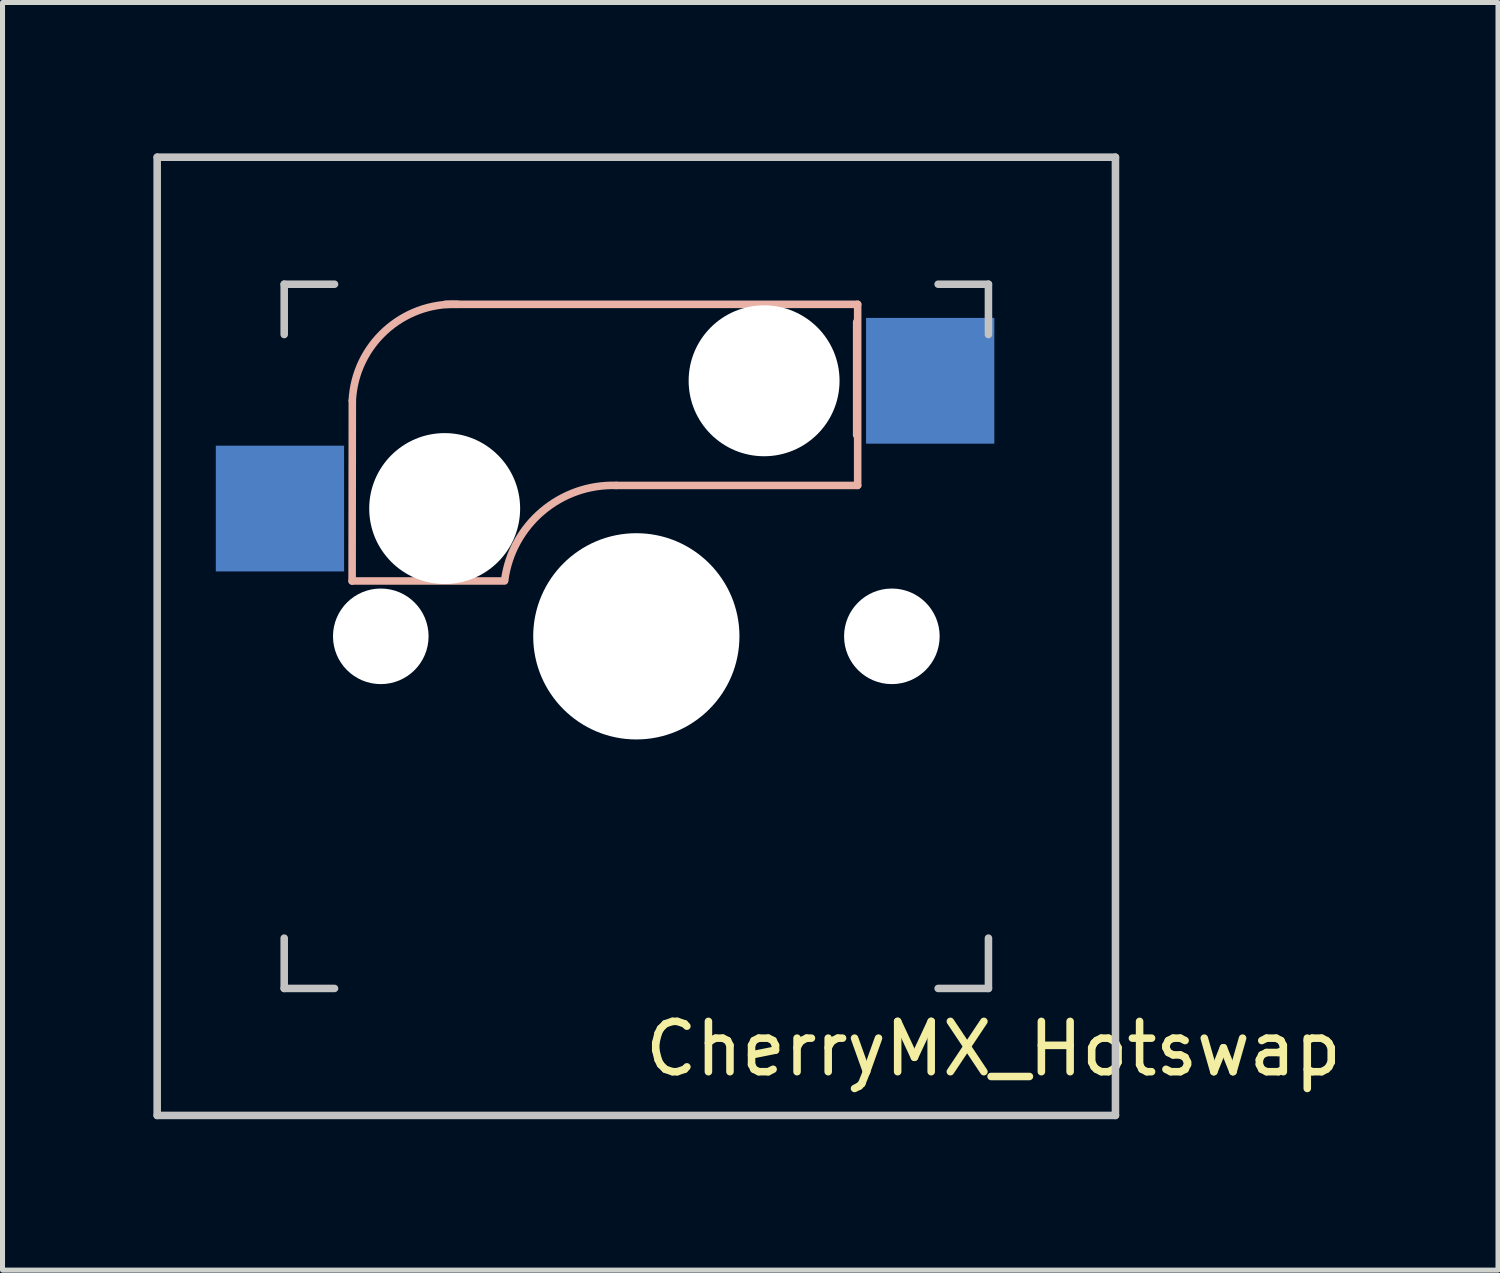
<source format=kicad_pcb>
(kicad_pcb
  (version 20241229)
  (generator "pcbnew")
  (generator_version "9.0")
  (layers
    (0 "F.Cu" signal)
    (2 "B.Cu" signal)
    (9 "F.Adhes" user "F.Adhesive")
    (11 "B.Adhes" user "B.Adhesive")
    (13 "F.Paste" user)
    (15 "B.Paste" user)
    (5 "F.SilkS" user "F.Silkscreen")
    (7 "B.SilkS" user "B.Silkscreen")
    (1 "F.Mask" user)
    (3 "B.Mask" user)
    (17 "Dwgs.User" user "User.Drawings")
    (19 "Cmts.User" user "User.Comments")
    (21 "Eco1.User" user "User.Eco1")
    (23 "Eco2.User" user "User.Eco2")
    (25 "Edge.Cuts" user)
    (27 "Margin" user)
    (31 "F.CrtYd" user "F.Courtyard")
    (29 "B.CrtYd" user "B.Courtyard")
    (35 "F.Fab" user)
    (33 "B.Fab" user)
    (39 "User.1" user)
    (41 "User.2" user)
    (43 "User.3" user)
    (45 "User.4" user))
  (footprint "CherryMX_Hotswap"
    (layer "F.Cu")
    (at 9.6 9.6)
    (property "Reference" "CherryMX_Hotswap" (at 7.1 8.2 0) (layer "F.SilkS") (effects (font (size 1 1) (thickness 0.15))))
    (attr through_hole)
    (fp_line (start -5.65 -1.1) (end -2.62 -1.1) (stroke (width 0.15) (type solid)) (layer "B.SilkS"))
    (fp_line (start -5.646 -4.685) (end -5.65 -1.1) (stroke (width 0.15) (type solid)) (layer "B.SilkS"))
    (fp_line (start -0.4 -3) (end 4.4 -3) (stroke (width 0.15) (type solid)) (layer "B.SilkS"))
    (fp_line (start 4.38 -4) (end 4.38 -6.25) (stroke (width 0.15) (type solid)) (layer "B.SilkS"))
    (fp_line (start 4.4 -6.6) (end -3.8 -6.6) (stroke (width 0.15) (type solid)) (layer "B.SilkS"))
    (fp_line (start 4.4 -3) (end 4.4 -6.6) (stroke (width 0.15) (type solid)) (layer "B.SilkS"))
    (fp_arc (start -5.646496 -4.685075) (mid -4.990875 -6.075032) (end -3.546497 -6.6) (stroke (width 0.15) (type solid)) (layer "B.SilkS"))
    (fp_arc (start -2.616318 -1.121471) (mid -1.868709 -2.486118) (end -0.4 -3) (stroke (width 0.15) (type solid)) (layer "B.SilkS"))
    (fp_line (start -9.525 -9.525) (end 9.525 -9.525) (stroke (width 0.15) (type solid)) (layer "Dwgs.User"))
    (fp_line (start -9.525 9.525) (end -9.525 -9.525) (stroke (width 0.15) (type solid)) (layer "Dwgs.User"))
    (fp_line (start -7 -7) (end -6 -7) (stroke (width 0.15) (type solid)) (layer "Dwgs.User"))
    (fp_line (start -7 -6) (end -7 -7) (stroke (width 0.15) (type solid)) (layer "Dwgs.User"))
    (fp_line (start -7 6) (end -7 7) (stroke (width 0.15) (type solid)) (layer "Dwgs.User"))
    (fp_line (start -7 7) (end -6 7) (stroke (width 0.15) (type solid)) (layer "Dwgs.User"))
    (fp_line (start 6 7) (end 7 7) (stroke (width 0.15) (type solid)) (layer "Dwgs.User"))
    (fp_line (start 7 -7) (end 6 -7) (stroke (width 0.15) (type solid)) (layer "Dwgs.User"))
    (fp_line (start 7 -7) (end 7 -6) (stroke (width 0.15) (type solid)) (layer "Dwgs.User"))
    (fp_line (start 7 7) (end 7 6) (stroke (width 0.15) (type solid)) (layer "Dwgs.User"))
    (fp_line (start 9.525 -9.525) (end 9.525 9.525) (stroke (width 0.15) (type solid)) (layer "Dwgs.User"))
    (fp_line (start 9.525 9.525) (end -9.525 9.525) (stroke (width 0.15) (type solid)) (layer "Dwgs.User"))
    (pad "" np_thru_hole circle (at -5.08 0) (size 1.9 1.9) (drill 1.9) (layers "*.Cu" "*.Mask"))
    (pad "" np_thru_hole circle (at -3.81 -2.54) (size 3 3) (drill 3) (layers "*.Cu" "*.Mask"))
    (pad "" np_thru_hole circle (at 0 0 90) (size 4.1 4.1) (drill 4.1) (layers "*.Cu" "*.Mask"))
    (pad "" np_thru_hole circle (at 2.54 -5.08) (size 3 3) (drill 3) (layers "*.Cu" "*.Mask"))
    (pad "" np_thru_hole circle (at 5.08 0) (size 1.9 1.9) (drill 1.9) (layers "*.Cu" "*.Mask"))
    (pad "1" smd rect (at -7.085 -2.54 180) (size 2.55 2.5) (layers "B.Cu" "B.Mask" "B.Paste"))
    (pad "2" smd rect (at 5.842 -5.08 180) (size 2.55 2.5) (layers "B.Cu" "B.Mask" "B.Paste")))
  (gr_rect
    (start -3 -3)
    (end 26.73 22.2)
    (stroke (width 0.1) (type default))
    (fill no)
    (layer "Edge.Cuts")))
</source>
